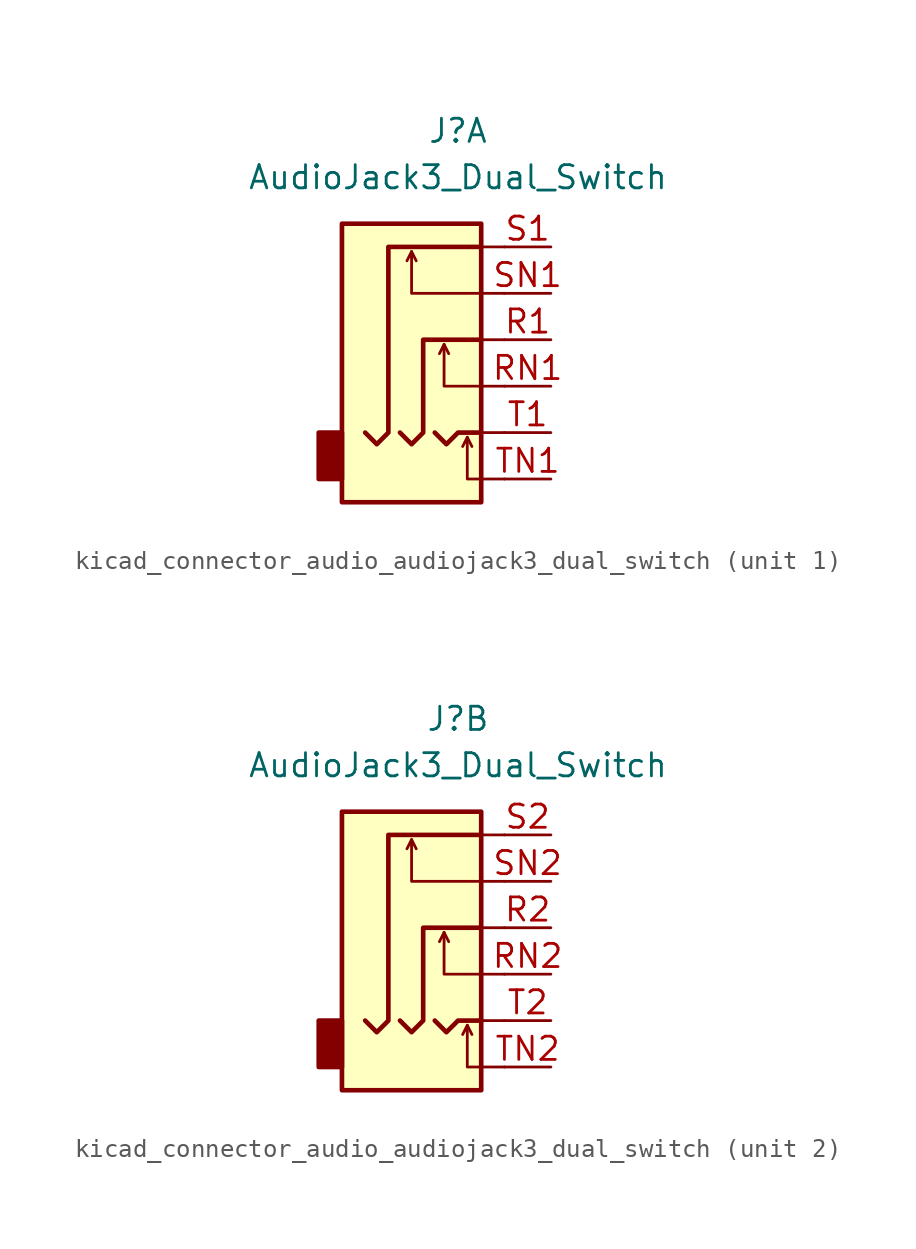
<source format=kicad_sym>
(kicad_symbol_lib
  (version 20220914)
  (generator kicad_symbol_editor)
  (symbol "kicad_connector_audio_audiojack3_dual_switch"
    (property "Reference" "J"
      (at 0 11.43 0)
      (effects (font (size 1.27 1.27))))
    (property "Value" "AudioJack3_Dual_Switch"
      (at 0 8.89 0)
      (effects (font (size 1.27 1.27))))
    (symbol "kicad_connector_audio_audiojack3_dual_switch_0_1"
      (rectangle (start -6.35 -5.08) (end -7.62 -7.62) (stroke (width 0.254) (type default)) (fill (type outline)))
      (polyline (pts (xy -2.54 4.826) (xy -2.286 4.318)) (stroke (width 0) (type default)) (fill (type none)))
      (polyline (pts (xy -0.762 -0.254) (xy -0.508 -0.762)) (stroke (width 0) (type default)) (fill (type none)))
      (polyline (pts (xy 0.508 -5.334) (xy 0.762 -5.842)) (stroke (width 0) (type default)) (fill (type none)))
      (polyline (pts (xy 1.27 0) (xy 2.54 0)) (stroke (width 0) (type default)) (fill (type none)))
      (polyline (pts (xy 2.54 -5.08) (xy 1.27 -5.08)) (stroke (width 0) (type default)) (fill (type none)))
      (polyline (pts (xy 2.54 5.08) (xy 1.27 5.08)) (stroke (width 0) (type default)) (fill (type none)))
      (polyline (pts (xy -1.27 -5.08) (xy -0.635 -5.715) (xy 0 -5.08) (xy 1.27 -5.08)) (stroke (width 0.254) (type default)) (fill (type none)))
      (polyline (pts (xy 2.54 -7.62) (xy 0.508 -7.62) (xy 0.508 -5.334) (xy 0.254 -5.842)) (stroke (width 0) (type default)) (fill (type none)))
      (polyline (pts (xy 2.54 -2.54) (xy -0.762 -2.54) (xy -0.762 -0.254) (xy -1.016 -0.762)) (stroke (width 0) (type default)) (fill (type none)))
      (polyline (pts (xy 2.54 2.54) (xy -2.54 2.54) (xy -2.54 4.826) (xy -2.794 4.318)) (stroke (width 0) (type default)) (fill (type none)))
      (polyline (pts (xy -3.175 -5.08) (xy -2.54 -5.715) (xy -1.905 -5.08) (xy -1.905 0) (xy 1.27 0)) (stroke (width 0.254) (type default)) (fill (type none)))
      (polyline (pts (xy 1.27 5.08) (xy -3.81 5.08) (xy -3.81 -5.08) (xy -4.445 -5.715) (xy -5.08 -5.08)) (stroke (width 0.254) (type default)) (fill (type none)))
      (rectangle (start 1.27 6.35) (end -6.35 -8.89) (stroke (width 0.254) (type default)) (fill (type background))))
    (symbol "kicad_connector_audio_audiojack3_dual_switch_1_1"
      (pin passive line (at 5.08 0 180) (length 2.54) (name "~" (effects (font (size 1.27 1.27)))) (number "R1" (effects (font (size 1.27 1.27)))))
      (pin passive line (at 5.08 -2.54 180) (length 2.54) (name "~" (effects (font (size 1.27 1.27)))) (number "RN1" (effects (font (size 1.27 1.27)))))
      (pin passive line (at 5.08 5.08 180) (length 2.54) (name "~" (effects (font (size 1.27 1.27)))) (number "S1" (effects (font (size 1.27 1.27)))))
      (pin passive line (at 5.08 2.54 180) (length 2.54) (name "~" (effects (font (size 1.27 1.27)))) (number "SN1" (effects (font (size 1.27 1.27)))))
      (pin passive line (at 5.08 -5.08 180) (length 2.54) (name "~" (effects (font (size 1.27 1.27)))) (number "T1" (effects (font (size 1.27 1.27)))))
      (pin passive line (at 5.08 -7.62 180) (length 2.54) (name "~" (effects (font (size 1.27 1.27)))) (number "TN1" (effects (font (size 1.27 1.27))))))
    (symbol "kicad_connector_audio_audiojack3_dual_switch_2_1"
      (pin passive line (at 5.08 0 180) (length 2.54) (name "~" (effects (font (size 1.27 1.27)))) (number "R2" (effects (font (size 1.27 1.27)))))
      (pin passive line (at 5.08 -2.54 180) (length 2.54) (name "~" (effects (font (size 1.27 1.27)))) (number "RN2" (effects (font (size 1.27 1.27)))))
      (pin passive line (at 5.08 5.08 180) (length 2.54) (name "~" (effects (font (size 1.27 1.27)))) (number "S2" (effects (font (size 1.27 1.27)))))
      (pin passive line (at 5.08 2.54 180) (length 2.54) (name "~" (effects (font (size 1.27 1.27)))) (number "SN2" (effects (font (size 1.27 1.27)))))
      (pin passive line (at 5.08 -5.08 180) (length 2.54) (name "~" (effects (font (size 1.27 1.27)))) (number "T2" (effects (font (size 1.27 1.27)))))
      (pin passive line (at 5.08 -7.62 180) (length 2.54) (name "~" (effects (font (size 1.27 1.27)))) (number "TN2" (effects (font (size 1.27 1.27))))))))
</source>
